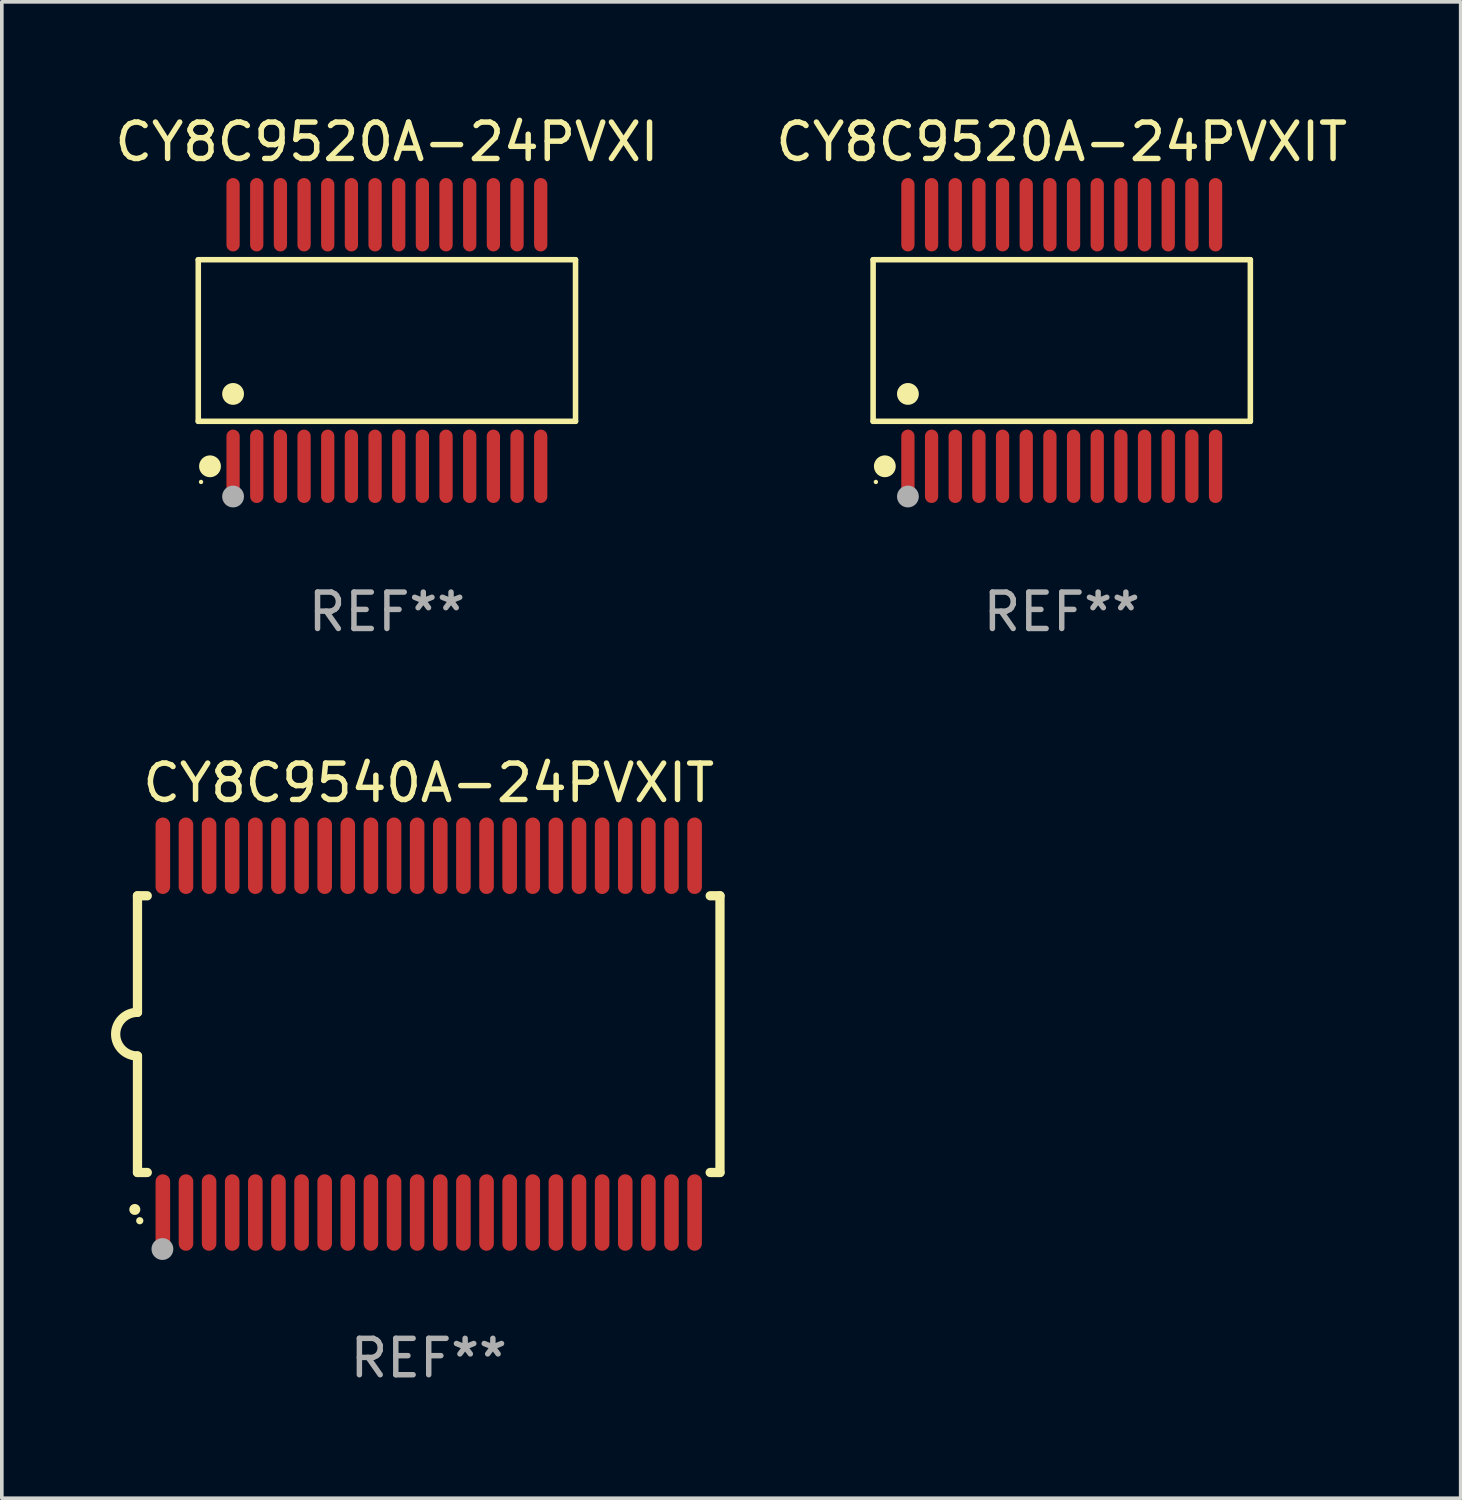
<source format=kicad_pcb>
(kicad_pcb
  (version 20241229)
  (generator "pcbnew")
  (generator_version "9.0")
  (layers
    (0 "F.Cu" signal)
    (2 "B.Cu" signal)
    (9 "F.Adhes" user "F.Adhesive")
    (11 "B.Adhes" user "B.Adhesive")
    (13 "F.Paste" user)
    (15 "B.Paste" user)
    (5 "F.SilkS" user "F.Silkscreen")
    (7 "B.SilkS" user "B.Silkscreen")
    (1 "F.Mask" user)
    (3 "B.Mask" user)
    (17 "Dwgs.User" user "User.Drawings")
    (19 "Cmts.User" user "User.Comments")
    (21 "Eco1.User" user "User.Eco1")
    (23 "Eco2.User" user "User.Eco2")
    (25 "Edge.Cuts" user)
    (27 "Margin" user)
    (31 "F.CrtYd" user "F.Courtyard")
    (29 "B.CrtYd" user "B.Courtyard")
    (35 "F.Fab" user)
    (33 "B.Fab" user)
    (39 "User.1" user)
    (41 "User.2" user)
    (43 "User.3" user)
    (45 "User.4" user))
  (footprint "CY8C9540A-24PVXIT"
    (layer "F.Cu")
    (at 8.726 25.355)
    (property "Reference" "CY8C9540A-24PVXIT" (at 0 -6.9 0) (layer "F.SilkS") (effects (font (size 1 1) (thickness 0.15))))
    (attr through_hole)
    (fp_line (start -8 -3.8) (end -8 -0.599) (stroke (width 0.254) (type solid)) (layer "F.SilkS"))
    (fp_line (start -8 -3.8) (end -7.731 -3.8) (stroke (width 0.254) (type solid)) (layer "F.SilkS"))
    (fp_line (start -8 3.8) (end -8 0.599) (stroke (width 0.254) (type solid)) (layer "F.SilkS"))
    (fp_line (start -7.731 3.8) (end -8 3.8) (stroke (width 0.254) (type solid)) (layer "F.SilkS"))
    (fp_line (start 7.731 -3.8) (end 8 -3.8) (stroke (width 0.254) (type solid)) (layer "F.SilkS"))
    (fp_line (start 8 -3.8) (end 8 3.8) (stroke (width 0.254) (type solid)) (layer "F.SilkS"))
    (fp_line (start 8 3.8) (end 7.731 3.8) (stroke (width 0.254) (type solid)) (layer "F.SilkS"))
    (fp_arc (start -8.074676 4.81585) (mid -8.073406 4.815845) (end -8.072136 4.81585) (stroke (width 0.3) (type solid)) (layer "F.SilkS"))
    (fp_arc (start -8.000025 0.6) (mid -8.598908 0.00056) (end -8.000027 -0.598882) (stroke (width 0.254001) (type solid)) (layer "F.SilkS"))
    (fp_circle (center -7.937 5.125) (end -7.887 5.125) (stroke (width 0.1) (type solid)) (fill no) (layer "F.SilkS"))
    (fp_circle (center -7.315 5.903) (end -7.165 5.903) (stroke (width 0.3) (type solid)) (fill no) (layer "F.Fab"))
    (fp_text user "REF**" (at 0 8.9 0) (layer "F.Fab") (effects (font (size 1 1) (thickness 0.15))))
    (pad "1" smd oval (at -7.303 4.9) (size 0.4 2.1) (layers "F.Cu" "F.Mask" "F.Paste"))
    (pad "2" smd oval (at -6.668 4.9) (size 0.4 2.1) (layers "F.Cu" "F.Mask" "F.Paste"))
    (pad "3" smd oval (at -6.033 4.9) (size 0.4 2.1) (layers "F.Cu" "F.Mask" "F.Paste"))
    (pad "4" smd oval (at -5.398 4.9) (size 0.4 2.1) (layers "F.Cu" "F.Mask" "F.Paste"))
    (pad "5" smd oval (at -4.763 4.9) (size 0.4 2.1) (layers "F.Cu" "F.Mask" "F.Paste"))
    (pad "6" smd oval (at -4.128 4.9) (size 0.4 2.1) (layers "F.Cu" "F.Mask" "F.Paste"))
    (pad "7" smd oval (at -3.493 4.9) (size 0.4 2.1) (layers "F.Cu" "F.Mask" "F.Paste"))
    (pad "8" smd oval (at -2.858 4.9) (size 0.4 2.1) (layers "F.Cu" "F.Mask" "F.Paste"))
    (pad "9" smd oval (at -2.223 4.9) (size 0.4 2.1) (layers "F.Cu" "F.Mask" "F.Paste"))
    (pad "10" smd oval (at -1.588 4.9) (size 0.4 2.1) (layers "F.Cu" "F.Mask" "F.Paste"))
    (pad "11" smd oval (at -0.953 4.9) (size 0.4 2.1) (layers "F.Cu" "F.Mask" "F.Paste"))
    (pad "12" smd oval (at -0.318 4.9) (size 0.4 2.1) (layers "F.Cu" "F.Mask" "F.Paste"))
    (pad "13" smd oval (at 0.318 4.9) (size 0.4 2.1) (layers "F.Cu" "F.Mask" "F.Paste"))
    (pad "14" smd oval (at 0.953 4.9) (size 0.4 2.1) (layers "F.Cu" "F.Mask" "F.Paste"))
    (pad "15" smd oval (at 1.588 4.9) (size 0.4 2.1) (layers "F.Cu" "F.Mask" "F.Paste"))
    (pad "16" smd oval (at 2.223 4.9) (size 0.4 2.1) (layers "F.Cu" "F.Mask" "F.Paste"))
    (pad "17" smd oval (at 2.858 4.9) (size 0.4 2.1) (layers "F.Cu" "F.Mask" "F.Paste"))
    (pad "18" smd oval (at 3.493 4.9) (size 0.4 2.1) (layers "F.Cu" "F.Mask" "F.Paste"))
    (pad "19" smd oval (at 4.128 4.9) (size 0.4 2.1) (layers "F.Cu" "F.Mask" "F.Paste"))
    (pad "20" smd oval (at 4.763 4.9) (size 0.4 2.1) (layers "F.Cu" "F.Mask" "F.Paste"))
    (pad "21" smd oval (at 5.398 4.9) (size 0.4 2.1) (layers "F.Cu" "F.Mask" "F.Paste"))
    (pad "22" smd oval (at 6.033 4.9) (size 0.4 2.1) (layers "F.Cu" "F.Mask" "F.Paste"))
    (pad "23" smd oval (at 6.668 4.9) (size 0.4 2.1) (layers "F.Cu" "F.Mask" "F.Paste"))
    (pad "24" smd oval (at 7.303 4.9) (size 0.4 2.1) (layers "F.Cu" "F.Mask" "F.Paste"))
    (pad "25" smd oval (at 7.303 -4.9 180) (size 0.4 2.1) (layers "F.Cu" "F.Mask" "F.Paste"))
    (pad "26" smd oval (at 6.668 -4.9 180) (size 0.4 2.1) (layers "F.Cu" "F.Mask" "F.Paste"))
    (pad "27" smd oval (at 6.033 -4.9 180) (size 0.4 2.1) (layers "F.Cu" "F.Mask" "F.Paste"))
    (pad "28" smd oval (at 5.398 -4.9 180) (size 0.4 2.1) (layers "F.Cu" "F.Mask" "F.Paste"))
    (pad "29" smd oval (at 4.763 -4.9 180) (size 0.4 2.1) (layers "F.Cu" "F.Mask" "F.Paste"))
    (pad "30" smd oval (at 4.128 -4.9 180) (size 0.4 2.1) (layers "F.Cu" "F.Mask" "F.Paste"))
    (pad "31" smd oval (at 3.493 -4.9 180) (size 0.4 2.1) (layers "F.Cu" "F.Mask" "F.Paste"))
    (pad "32" smd oval (at 2.858 -4.9 180) (size 0.4 2.1) (layers "F.Cu" "F.Mask" "F.Paste"))
    (pad "33" smd oval (at 2.223 -4.9 180) (size 0.4 2.1) (layers "F.Cu" "F.Mask" "F.Paste"))
    (pad "34" smd oval (at 1.588 -4.9 180) (size 0.4 2.1) (layers "F.Cu" "F.Mask" "F.Paste"))
    (pad "35" smd oval (at 0.953 -4.9 180) (size 0.4 2.1) (layers "F.Cu" "F.Mask" "F.Paste"))
    (pad "36" smd oval (at 0.318 -4.9 180) (size 0.4 2.1) (layers "F.Cu" "F.Mask" "F.Paste"))
    (pad "37" smd oval (at -0.318 -4.9 180) (size 0.4 2.1) (layers "F.Cu" "F.Mask" "F.Paste"))
    (pad "38" smd oval (at -0.953 -4.9 180) (size 0.4 2.1) (layers "F.Cu" "F.Mask" "F.Paste"))
    (pad "39" smd oval (at -1.588 -4.9 180) (size 0.4 2.1) (layers "F.Cu" "F.Mask" "F.Paste"))
    (pad "40" smd oval (at -2.223 -4.9 180) (size 0.4 2.1) (layers "F.Cu" "F.Mask" "F.Paste"))
    (pad "41" smd oval (at -2.858 -4.9 180) (size 0.4 2.1) (layers "F.Cu" "F.Mask" "F.Paste"))
    (pad "42" smd oval (at -3.493 -4.9 180) (size 0.4 2.1) (layers "F.Cu" "F.Mask" "F.Paste"))
    (pad "43" smd oval (at -4.128 -4.9 180) (size 0.4 2.1) (layers "F.Cu" "F.Mask" "F.Paste"))
    (pad "44" smd oval (at -4.763 -4.9 180) (size 0.4 2.1) (layers "F.Cu" "F.Mask" "F.Paste"))
    (pad "45" smd oval (at -5.398 -4.9 180) (size 0.4 2.1) (layers "F.Cu" "F.Mask" "F.Paste"))
    (pad "46" smd oval (at -6.033 -4.9 180) (size 0.4 2.1) (layers "F.Cu" "F.Mask" "F.Paste"))
    (pad "47" smd oval (at -6.668 -4.9 180) (size 0.4 2.1) (layers "F.Cu" "F.Mask" "F.Paste"))
    (pad "48" smd oval (at -7.303 -4.9 180) (size 0.4 2.1) (layers "F.Cu" "F.Mask" "F.Paste")))
  (footprint "CY8C9520A-24PVXI"
    (layer "F.Cu")
    (at 7.577 6.303)
    (property "Reference" "CY8C9520A-24PVXI" (at 0 -5.455 0) (layer "F.SilkS") (effects (font (size 1 1) (thickness 0.15))))
    (attr through_hole)
    (fp_line (start -5.181 -2.219) (end 5.181 -2.219) (stroke (width 0.152) (type solid)) (layer "F.SilkS"))
    (fp_line (start -5.181 2.219) (end -5.181 -2.219) (stroke (width 0.152) (type solid)) (layer "F.SilkS"))
    (fp_line (start 5.181 -2.219) (end 5.181 2.219) (stroke (width 0.152) (type solid)) (layer "F.SilkS"))
    (fp_line (start 5.181 2.219) (end -5.181 2.219) (stroke (width 0.152) (type solid)) (layer "F.SilkS"))
    (fp_circle (center -5.105 3.885) (end -5.075 3.885) (stroke (width 0.06) (type solid)) (fill no) (layer "F.SilkS"))
    (fp_circle (center -4.859 3.455) (end -4.709 3.455) (stroke (width 0.3) (type solid)) (fill no) (layer "F.SilkS"))
    (fp_circle (center -4.225 1.467) (end -4.075 1.467) (stroke (width 0.3) (type solid)) (fill no) (layer "F.SilkS"))
    (fp_circle (center -4.225 4.285) (end -4.075 4.285) (stroke (width 0.3) (type solid)) (fill no) (layer "F.Fab"))
    (fp_text user "REF**" (at 0 7.455 0) (layer "F.Fab") (effects (font (size 1 1) (thickness 0.15))))
    (pad "1" smd oval (at -4.225 3.455) (size 0.364 2.015) (layers "F.Cu" "F.Mask" "F.Paste"))
    (pad "2" smd oval (at -3.575 3.455) (size 0.364 2.015) (layers "F.Cu" "F.Mask" "F.Paste"))
    (pad "3" smd oval (at -2.925 3.455) (size 0.364 2.015) (layers "F.Cu" "F.Mask" "F.Paste"))
    (pad "4" smd oval (at -2.275 3.455) (size 0.364 2.015) (layers "F.Cu" "F.Mask" "F.Paste"))
    (pad "5" smd oval (at -1.625 3.455) (size 0.364 2.015) (layers "F.Cu" "F.Mask" "F.Paste"))
    (pad "6" smd oval (at -0.975 3.455) (size 0.364 2.015) (layers "F.Cu" "F.Mask" "F.Paste"))
    (pad "7" smd oval (at -0.325 3.455) (size 0.364 2.015) (layers "F.Cu" "F.Mask" "F.Paste"))
    (pad "8" smd oval (at 0.325 3.455) (size 0.364 2.015) (layers "F.Cu" "F.Mask" "F.Paste"))
    (pad "9" smd oval (at 0.975 3.455) (size 0.364 2.015) (layers "F.Cu" "F.Mask" "F.Paste"))
    (pad "10" smd oval (at 1.625 3.455) (size 0.364 2.015) (layers "F.Cu" "F.Mask" "F.Paste"))
    (pad "11" smd oval (at 2.275 3.455) (size 0.364 2.015) (layers "F.Cu" "F.Mask" "F.Paste"))
    (pad "12" smd oval (at 2.925 3.455) (size 0.364 2.015) (layers "F.Cu" "F.Mask" "F.Paste"))
    (pad "13" smd oval (at 3.575 3.455) (size 0.364 2.015) (layers "F.Cu" "F.Mask" "F.Paste"))
    (pad "14" smd oval (at 4.225 3.455) (size 0.364 2.015) (layers "F.Cu" "F.Mask" "F.Paste"))
    (pad "15" smd oval (at 4.225 -3.455) (size 0.364 2.015) (layers "F.Cu" "F.Mask" "F.Paste"))
    (pad "16" smd oval (at 3.575 -3.455) (size 0.364 2.015) (layers "F.Cu" "F.Mask" "F.Paste"))
    (pad "17" smd oval (at 2.925 -3.455) (size 0.364 2.015) (layers "F.Cu" "F.Mask" "F.Paste"))
    (pad "18" smd oval (at 2.275 -3.455) (size 0.364 2.015) (layers "F.Cu" "F.Mask" "F.Paste"))
    (pad "19" smd oval (at 1.625 -3.455) (size 0.364 2.015) (layers "F.Cu" "F.Mask" "F.Paste"))
    (pad "20" smd oval (at 0.975 -3.455) (size 0.364 2.015) (layers "F.Cu" "F.Mask" "F.Paste"))
    (pad "21" smd oval (at 0.325 -3.455) (size 0.364 2.015) (layers "F.Cu" "F.Mask" "F.Paste"))
    (pad "22" smd oval (at -0.325 -3.455) (size 0.364 2.015) (layers "F.Cu" "F.Mask" "F.Paste"))
    (pad "23" smd oval (at -0.975 -3.455) (size 0.364 2.015) (layers "F.Cu" "F.Mask" "F.Paste"))
    (pad "24" smd oval (at -1.625 -3.455) (size 0.364 2.015) (layers "F.Cu" "F.Mask" "F.Paste"))
    (pad "25" smd oval (at -2.275 -3.455) (size 0.364 2.015) (layers "F.Cu" "F.Mask" "F.Paste"))
    (pad "26" smd oval (at -2.925 -3.455) (size 0.364 2.015) (layers "F.Cu" "F.Mask" "F.Paste"))
    (pad "27" smd oval (at -3.575 -3.455) (size 0.364 2.015) (layers "F.Cu" "F.Mask" "F.Paste"))
    (pad "28" smd oval (at -4.225 -3.455) (size 0.364 2.015) (layers "F.Cu" "F.Mask" "F.Paste")))
  (footprint "CY8C9520A-24PVXIT"
    (layer "F.Cu")
    (at 26.113 6.303)
    (property "Reference" "CY8C9520A-24PVXIT" (at 0 -5.455 0) (layer "F.SilkS") (effects (font (size 1 1) (thickness 0.15))))
    (attr through_hole)
    (fp_line (start -5.181 -2.219) (end 5.181 -2.219) (stroke (width 0.152) (type solid)) (layer "F.SilkS"))
    (fp_line (start -5.181 2.219) (end -5.181 -2.219) (stroke (width 0.152) (type solid)) (layer "F.SilkS"))
    (fp_line (start 5.181 -2.219) (end 5.181 2.219) (stroke (width 0.152) (type solid)) (layer "F.SilkS"))
    (fp_line (start 5.181 2.219) (end -5.181 2.219) (stroke (width 0.152) (type solid)) (layer "F.SilkS"))
    (fp_circle (center -5.105 3.885) (end -5.075 3.885) (stroke (width 0.06) (type solid)) (fill no) (layer "F.SilkS"))
    (fp_circle (center -4.859 3.455) (end -4.709 3.455) (stroke (width 0.3) (type solid)) (fill no) (layer "F.SilkS"))
    (fp_circle (center -4.225 1.467) (end -4.075 1.467) (stroke (width 0.3) (type solid)) (fill no) (layer "F.SilkS"))
    (fp_circle (center -4.225 4.285) (end -4.075 4.285) (stroke (width 0.3) (type solid)) (fill no) (layer "F.Fab"))
    (fp_text user "REF**" (at 0 7.455 0) (layer "F.Fab") (effects (font (size 1 1) (thickness 0.15))))
    (pad "1" smd oval (at -4.225 3.455) (size 0.364 2.015) (layers "F.Cu" "F.Mask" "F.Paste"))
    (pad "2" smd oval (at -3.575 3.455) (size 0.364 2.015) (layers "F.Cu" "F.Mask" "F.Paste"))
    (pad "3" smd oval (at -2.925 3.455) (size 0.364 2.015) (layers "F.Cu" "F.Mask" "F.Paste"))
    (pad "4" smd oval (at -2.275 3.455) (size 0.364 2.015) (layers "F.Cu" "F.Mask" "F.Paste"))
    (pad "5" smd oval (at -1.625 3.455) (size 0.364 2.015) (layers "F.Cu" "F.Mask" "F.Paste"))
    (pad "6" smd oval (at -0.975 3.455) (size 0.364 2.015) (layers "F.Cu" "F.Mask" "F.Paste"))
    (pad "7" smd oval (at -0.325 3.455) (size 0.364 2.015) (layers "F.Cu" "F.Mask" "F.Paste"))
    (pad "8" smd oval (at 0.325 3.455) (size 0.364 2.015) (layers "F.Cu" "F.Mask" "F.Paste"))
    (pad "9" smd oval (at 0.975 3.455) (size 0.364 2.015) (layers "F.Cu" "F.Mask" "F.Paste"))
    (pad "10" smd oval (at 1.625 3.455) (size 0.364 2.015) (layers "F.Cu" "F.Mask" "F.Paste"))
    (pad "11" smd oval (at 2.275 3.455) (size 0.364 2.015) (layers "F.Cu" "F.Mask" "F.Paste"))
    (pad "12" smd oval (at 2.925 3.455) (size 0.364 2.015) (layers "F.Cu" "F.Mask" "F.Paste"))
    (pad "13" smd oval (at 3.575 3.455) (size 0.364 2.015) (layers "F.Cu" "F.Mask" "F.Paste"))
    (pad "14" smd oval (at 4.225 3.455) (size 0.364 2.015) (layers "F.Cu" "F.Mask" "F.Paste"))
    (pad "15" smd oval (at 4.225 -3.455) (size 0.364 2.015) (layers "F.Cu" "F.Mask" "F.Paste"))
    (pad "16" smd oval (at 3.575 -3.455) (size 0.364 2.015) (layers "F.Cu" "F.Mask" "F.Paste"))
    (pad "17" smd oval (at 2.925 -3.455) (size 0.364 2.015) (layers "F.Cu" "F.Mask" "F.Paste"))
    (pad "18" smd oval (at 2.275 -3.455) (size 0.364 2.015) (layers "F.Cu" "F.Mask" "F.Paste"))
    (pad "19" smd oval (at 1.625 -3.455) (size 0.364 2.015) (layers "F.Cu" "F.Mask" "F.Paste"))
    (pad "20" smd oval (at 0.975 -3.455) (size 0.364 2.015) (layers "F.Cu" "F.Mask" "F.Paste"))
    (pad "21" smd oval (at 0.325 -3.455) (size 0.364 2.015) (layers "F.Cu" "F.Mask" "F.Paste"))
    (pad "22" smd oval (at -0.325 -3.455) (size 0.364 2.015) (layers "F.Cu" "F.Mask" "F.Paste"))
    (pad "23" smd oval (at -0.975 -3.455) (size 0.364 2.015) (layers "F.Cu" "F.Mask" "F.Paste"))
    (pad "24" smd oval (at -1.625 -3.455) (size 0.364 2.015) (layers "F.Cu" "F.Mask" "F.Paste"))
    (pad "25" smd oval (at -2.275 -3.455) (size 0.364 2.015) (layers "F.Cu" "F.Mask" "F.Paste"))
    (pad "26" smd oval (at -2.925 -3.455) (size 0.364 2.015) (layers "F.Cu" "F.Mask" "F.Paste"))
    (pad "27" smd oval (at -3.575 -3.455) (size 0.364 2.015) (layers "F.Cu" "F.Mask" "F.Paste"))
    (pad "28" smd oval (at -4.225 -3.455) (size 0.364 2.015) (layers "F.Cu" "F.Mask" "F.Paste")))
  (gr_rect
    (start -3 -3)
    (end 37.071 38.103)
    (stroke (width 0.1) (type default))
    (fill no)
    (layer "Edge.Cuts")))
</source>
